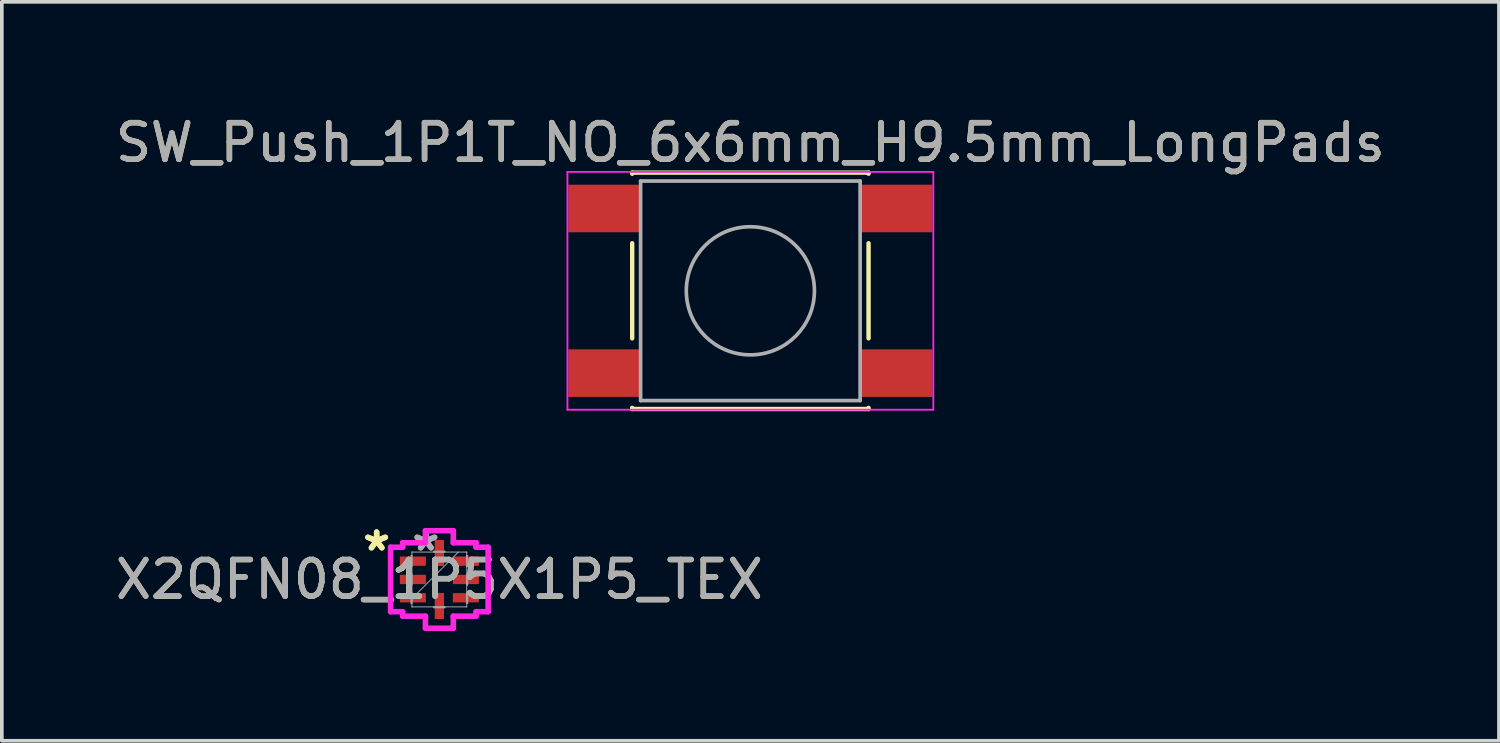
<source format=kicad_pcb>
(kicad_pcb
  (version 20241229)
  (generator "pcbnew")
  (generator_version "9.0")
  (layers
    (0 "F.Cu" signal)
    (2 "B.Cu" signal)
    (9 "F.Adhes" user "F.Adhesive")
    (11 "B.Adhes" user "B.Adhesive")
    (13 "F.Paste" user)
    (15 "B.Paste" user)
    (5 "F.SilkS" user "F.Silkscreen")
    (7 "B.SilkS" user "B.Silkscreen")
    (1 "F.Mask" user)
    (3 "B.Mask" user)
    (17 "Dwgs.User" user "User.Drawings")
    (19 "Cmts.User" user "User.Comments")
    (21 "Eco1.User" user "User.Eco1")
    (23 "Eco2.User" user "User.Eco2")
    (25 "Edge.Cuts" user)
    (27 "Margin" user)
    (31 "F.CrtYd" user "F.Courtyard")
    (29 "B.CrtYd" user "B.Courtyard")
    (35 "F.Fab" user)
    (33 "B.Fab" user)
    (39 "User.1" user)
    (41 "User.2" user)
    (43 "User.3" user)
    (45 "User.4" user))
  (footprint "X2QFN08_1P5X1P5_TEX"
    (layer "F.Cu")
    (at 8.958 12.787)
    (property "Reference" "X2QFN08_1P5X1P5_TEX" (at 0 0 0) (unlocked yes) (layer "F.SilkS") (effects (font (size 1 1) (thickness 0.15))))
    (attr smd)
    (fp_line (start -1.333 -0.881) (end -1.003 -0.881) (stroke (width 0.152) (type solid)) (layer "F.CrtYd"))
    (fp_line (start -1.333 0.881) (end -1.333 -0.881) (stroke (width 0.152) (type solid)) (layer "F.CrtYd"))
    (fp_line (start -1.003 -1.003) (end -0.381 -1.003) (stroke (width 0.152) (type solid)) (layer "F.CrtYd"))
    (fp_line (start -1.003 -0.881) (end -1.003 -1.003) (stroke (width 0.152) (type solid)) (layer "F.CrtYd"))
    (fp_line (start -1.003 0.881) (end -1.333 0.881) (stroke (width 0.152) (type solid)) (layer "F.CrtYd"))
    (fp_line (start -1.003 1.003) (end -1.003 0.881) (stroke (width 0.152) (type solid)) (layer "F.CrtYd"))
    (fp_line (start -0.381 -1.333) (end 0.381 -1.333) (stroke (width 0.152) (type solid)) (layer "F.CrtYd"))
    (fp_line (start -0.381 -1.003) (end -0.381 -1.333) (stroke (width 0.152) (type solid)) (layer "F.CrtYd"))
    (fp_line (start -0.381 1.003) (end -1.003 1.003) (stroke (width 0.152) (type solid)) (layer "F.CrtYd"))
    (fp_line (start -0.381 1.333) (end -0.381 1.003) (stroke (width 0.152) (type solid)) (layer "F.CrtYd"))
    (fp_line (start 0.381 -1.333) (end 0.381 -1.003) (stroke (width 0.152) (type solid)) (layer "F.CrtYd"))
    (fp_line (start 0.381 -1.003) (end 1.003 -1.003) (stroke (width 0.152) (type solid)) (layer "F.CrtYd"))
    (fp_line (start 0.381 1.003) (end 0.381 1.333) (stroke (width 0.152) (type solid)) (layer "F.CrtYd"))
    (fp_line (start 0.381 1.333) (end -0.381 1.333) (stroke (width 0.152) (type solid)) (layer "F.CrtYd"))
    (fp_line (start 1.003 -1.003) (end 1.003 -0.881) (stroke (width 0.152) (type solid)) (layer "F.CrtYd"))
    (fp_line (start 1.003 -0.881) (end 1.333 -0.881) (stroke (width 0.152) (type solid)) (layer "F.CrtYd"))
    (fp_line (start 1.003 0.881) (end 1.003 1.003) (stroke (width 0.152) (type solid)) (layer "F.CrtYd"))
    (fp_line (start 1.003 1.003) (end 0.381 1.003) (stroke (width 0.152) (type solid)) (layer "F.CrtYd"))
    (fp_line (start 1.333 -0.881) (end 1.333 0.881) (stroke (width 0.152) (type solid)) (layer "F.CrtYd"))
    (fp_line (start 1.333 0.881) (end 1.003 0.881) (stroke (width 0.152) (type solid)) (layer "F.CrtYd"))
    (fp_line (start -0.775 -0.652) (end -0.775 -0.348) (stroke (width 0.025) (type solid)) (layer "F.Fab"))
    (fp_line (start -0.775 -0.348) (end -0.749 -0.348) (stroke (width 0.025) (type solid)) (layer "F.Fab"))
    (fp_line (start -0.775 -0.152) (end -0.775 0.152) (stroke (width 0.025) (type solid)) (layer "F.Fab"))
    (fp_line (start -0.775 0.152) (end -0.749 0.152) (stroke (width 0.025) (type solid)) (layer "F.Fab"))
    (fp_line (start -0.775 0.348) (end -0.775 0.652) (stroke (width 0.025) (type solid)) (layer "F.Fab"))
    (fp_line (start -0.775 0.652) (end -0.749 0.652) (stroke (width 0.025) (type solid)) (layer "F.Fab"))
    (fp_line (start -0.749 -0.749) (end -0.749 -0.749) (stroke (width 0.025) (type solid)) (layer "F.Fab"))
    (fp_line (start -0.749 -0.749) (end -0.749 0.749) (stroke (width 0.025) (type solid)) (layer "F.Fab"))
    (fp_line (start -0.749 -0.652) (end -0.775 -0.652) (stroke (width 0.025) (type solid)) (layer "F.Fab"))
    (fp_line (start -0.749 -0.348) (end -0.749 -0.652) (stroke (width 0.025) (type solid)) (layer "F.Fab"))
    (fp_line (start -0.749 -0.152) (end -0.775 -0.152) (stroke (width 0.025) (type solid)) (layer "F.Fab"))
    (fp_line (start -0.749 0.152) (end -0.749 -0.152) (stroke (width 0.025) (type solid)) (layer "F.Fab"))
    (fp_line (start -0.749 0.348) (end -0.775 0.348) (stroke (width 0.025) (type solid)) (layer "F.Fab"))
    (fp_line (start -0.749 0.521) (end 0.521 -0.749) (stroke (width 0.025) (type solid)) (layer "F.Fab"))
    (fp_line (start -0.749 0.652) (end -0.749 0.348) (stroke (width 0.025) (type solid)) (layer "F.Fab"))
    (fp_line (start -0.749 0.749) (end -0.749 0.749) (stroke (width 0.025) (type solid)) (layer "F.Fab"))
    (fp_line (start -0.749 0.749) (end 0.749 0.749) (stroke (width 0.025) (type solid)) (layer "F.Fab"))
    (fp_line (start -0.152 -0.775) (end -0.152 -0.749) (stroke (width 0.025) (type solid)) (layer "F.Fab"))
    (fp_line (start -0.152 -0.749) (end 0.152 -0.749) (stroke (width 0.025) (type solid)) (layer "F.Fab"))
    (fp_line (start -0.152 0.749) (end -0.152 0.775) (stroke (width 0.025) (type solid)) (layer "F.Fab"))
    (fp_line (start -0.152 0.775) (end 0.152 0.775) (stroke (width 0.025) (type solid)) (layer "F.Fab"))
    (fp_line (start 0.152 -0.775) (end -0.152 -0.775) (stroke (width 0.025) (type solid)) (layer "F.Fab"))
    (fp_line (start 0.152 -0.749) (end 0.152 -0.775) (stroke (width 0.025) (type solid)) (layer "F.Fab"))
    (fp_line (start 0.152 0.749) (end -0.152 0.749) (stroke (width 0.025) (type solid)) (layer "F.Fab"))
    (fp_line (start 0.152 0.775) (end 0.152 0.749) (stroke (width 0.025) (type solid)) (layer "F.Fab"))
    (fp_line (start 0.749 -0.749) (end -0.749 -0.749) (stroke (width 0.025) (type solid)) (layer "F.Fab"))
    (fp_line (start 0.749 -0.749) (end 0.749 -0.749) (stroke (width 0.025) (type solid)) (layer "F.Fab"))
    (fp_line (start 0.749 -0.652) (end 0.749 -0.348) (stroke (width 0.025) (type solid)) (layer "F.Fab"))
    (fp_line (start 0.749 -0.348) (end 0.775 -0.348) (stroke (width 0.025) (type solid)) (layer "F.Fab"))
    (fp_line (start 0.749 -0.152) (end 0.749 0.152) (stroke (width 0.025) (type solid)) (layer "F.Fab"))
    (fp_line (start 0.749 0.152) (end 0.775 0.152) (stroke (width 0.025) (type solid)) (layer "F.Fab"))
    (fp_line (start 0.749 0.348) (end 0.749 0.652) (stroke (width 0.025) (type solid)) (layer "F.Fab"))
    (fp_line (start 0.749 0.652) (end 0.775 0.652) (stroke (width 0.025) (type solid)) (layer "F.Fab"))
    (fp_line (start 0.749 0.749) (end 0.749 -0.749) (stroke (width 0.025) (type solid)) (layer "F.Fab"))
    (fp_line (start 0.749 0.749) (end 0.749 0.749) (stroke (width 0.025) (type solid)) (layer "F.Fab"))
    (fp_line (start 0.775 -0.652) (end 0.749 -0.652) (stroke (width 0.025) (type solid)) (layer "F.Fab"))
    (fp_line (start 0.775 -0.348) (end 0.775 -0.652) (stroke (width 0.025) (type solid)) (layer "F.Fab"))
    (fp_line (start 0.775 -0.152) (end 0.749 -0.152) (stroke (width 0.025) (type solid)) (layer "F.Fab"))
    (fp_line (start 0.775 0.152) (end 0.775 -0.152) (stroke (width 0.025) (type solid)) (layer "F.Fab"))
    (fp_line (start 0.775 0.348) (end 0.749 0.348) (stroke (width 0.025) (type solid)) (layer "F.Fab"))
    (fp_line (start 0.775 0.652) (end 0.775 0.348) (stroke (width 0.025) (type solid)) (layer "F.Fab"))
    (fp_text user "*" (at -1.714 -0.75 0) (unlocked yes) (layer "F.SilkS") (effects (font (size 1 1) (thickness 0.15))))
    (fp_text user "*" (at -1.714 -0.75 0) (layer "F.SilkS") (effects (font (size 1 1) (thickness 0.15))))
    (fp_text user "*" (at -0.368 -0.75 0) (layer "F.Fab") (effects (font (size 1 1) (thickness 0.15))))
    (fp_text user "${REFERENCE}" (at 0 0 0) (unlocked yes) (layer "F.Fab") (effects (font (size 1 1) (thickness 0.15))))
    (fp_text user "*" (at -0.368 -0.75 0) (unlocked yes) (layer "F.Fab") (effects (font (size 1 1) (thickness 0.15))))
    (pad "1" smd rect (at -0.724 -0.5 90) (size 0.254 0.711) (layers "F.Cu" "F.Mask" "F.Paste"))
    (pad "2" smd rect (at -0.724 0 90) (size 0.254 0.711) (layers "F.Cu" "F.Mask" "F.Paste"))
    (pad "3" smd rect (at -0.724 0.5 90) (size 0.254 0.711) (layers "F.Cu" "F.Mask" "F.Paste"))
    (pad "4" smd rect (at 0 0.724) (size 0.254 0.711) (layers "F.Cu" "F.Mask" "F.Paste"))
    (pad "5" smd rect (at 0.724 0.5 90) (size 0.254 0.711) (layers "F.Cu" "F.Mask" "F.Paste"))
    (pad "6" smd rect (at 0.724 0 90) (size 0.254 0.711) (layers "F.Cu" "F.Mask" "F.Paste"))
    (pad "7" smd rect (at 0.724 -0.5 90) (size 0.254 0.711) (layers "F.Cu" "F.Mask" "F.Paste"))
    (pad "8" smd rect (at 0 -0.724) (size 0.254 0.711) (layers "F.Cu" "F.Mask" "F.Paste")))
  (footprint "SW_Push_1P1T_NO_6x6mm_H9.5mm_LongPads"
    (layer "F.Cu")
    (at 17.458 4.898)
    (property "Reference" "SW_Push_1P1T_NO_6x6mm_H9.5mm_LongPads" (at 0 -4.05 0) (layer "F.SilkS") (effects (font (size 1 1) (thickness 0.15))))
    (attr smd)
    (fp_line (start -3.23 -3.23) (end 3.23 -3.23) (stroke (width 0.12) (type solid)) (layer "F.SilkS"))
    (fp_line (start -3.23 -3.2) (end -3.23 -3.23) (stroke (width 0.12) (type solid)) (layer "F.SilkS"))
    (fp_line (start -3.23 -1.3) (end -3.23 1.3) (stroke (width 0.12) (type solid)) (layer "F.SilkS"))
    (fp_line (start -3.23 3.23) (end -3.23 3.2) (stroke (width 0.12) (type solid)) (layer "F.SilkS"))
    (fp_line (start -3.23 3.23) (end 3.23 3.23) (stroke (width 0.12) (type solid)) (layer "F.SilkS"))
    (fp_line (start 3.23 -3.23) (end 3.23 -3.2) (stroke (width 0.12) (type solid)) (layer "F.SilkS"))
    (fp_line (start 3.23 -1.3) (end 3.23 1.3) (stroke (width 0.12) (type solid)) (layer "F.SilkS"))
    (fp_line (start 3.23 3.23) (end 3.23 3.2) (stroke (width 0.12) (type solid)) (layer "F.SilkS"))
    (fp_line (start -5 -3.25) (end -5 3.25) (stroke (width 0.05) (type solid)) (layer "F.CrtYd"))
    (fp_line (start -5 -3.25) (end 5 -3.25) (stroke (width 0.05) (type solid)) (layer "F.CrtYd"))
    (fp_line (start -5 3.25) (end 5 3.25) (stroke (width 0.05) (type solid)) (layer "F.CrtYd"))
    (fp_line (start 5 3.25) (end 5 -3.25) (stroke (width 0.05) (type solid)) (layer "F.CrtYd"))
    (fp_line (start -3 -3) (end -3 3) (stroke (width 0.1) (type solid)) (layer "F.Fab"))
    (fp_line (start -3 3) (end 3 3) (stroke (width 0.1) (type solid)) (layer "F.Fab"))
    (fp_line (start 3 -3) (end -3 -3) (stroke (width 0.1) (type solid)) (layer "F.Fab"))
    (fp_line (start 3 3) (end 3 -3) (stroke (width 0.1) (type solid)) (layer "F.Fab"))
    (fp_circle (center 0 0) (end 1.75 -0.05) (stroke (width 0.1) (type solid)) (fill no) (layer "F.Fab"))
    (fp_text user "${REFERENCE}" (at 0 -4.05 0) (layer "F.Fab") (effects (font (size 1 1) (thickness 0.15))))
    (pad "1" smd rect (at -3.975 -2.25) (size 2 1.3) (layers "F.Cu" "F.Mask" "F.Paste"))
    (pad "1" smd rect (at 3.975 -2.25) (size 2 1.3) (layers "F.Cu" "F.Mask" "F.Paste"))
    (pad "2" smd rect (at -3.975 2.25) (size 2 1.3) (layers "F.Cu" "F.Mask" "F.Paste"))
    (pad "2" smd rect (at 3.975 2.25) (size 2 1.3) (layers "F.Cu" "F.Mask" "F.Paste")))
  (gr_rect
    (start -3 -3)
    (end 37.917 17.196)
    (stroke (width 0.1) (type default))
    (fill no)
    (layer "Edge.Cuts")))
</source>
